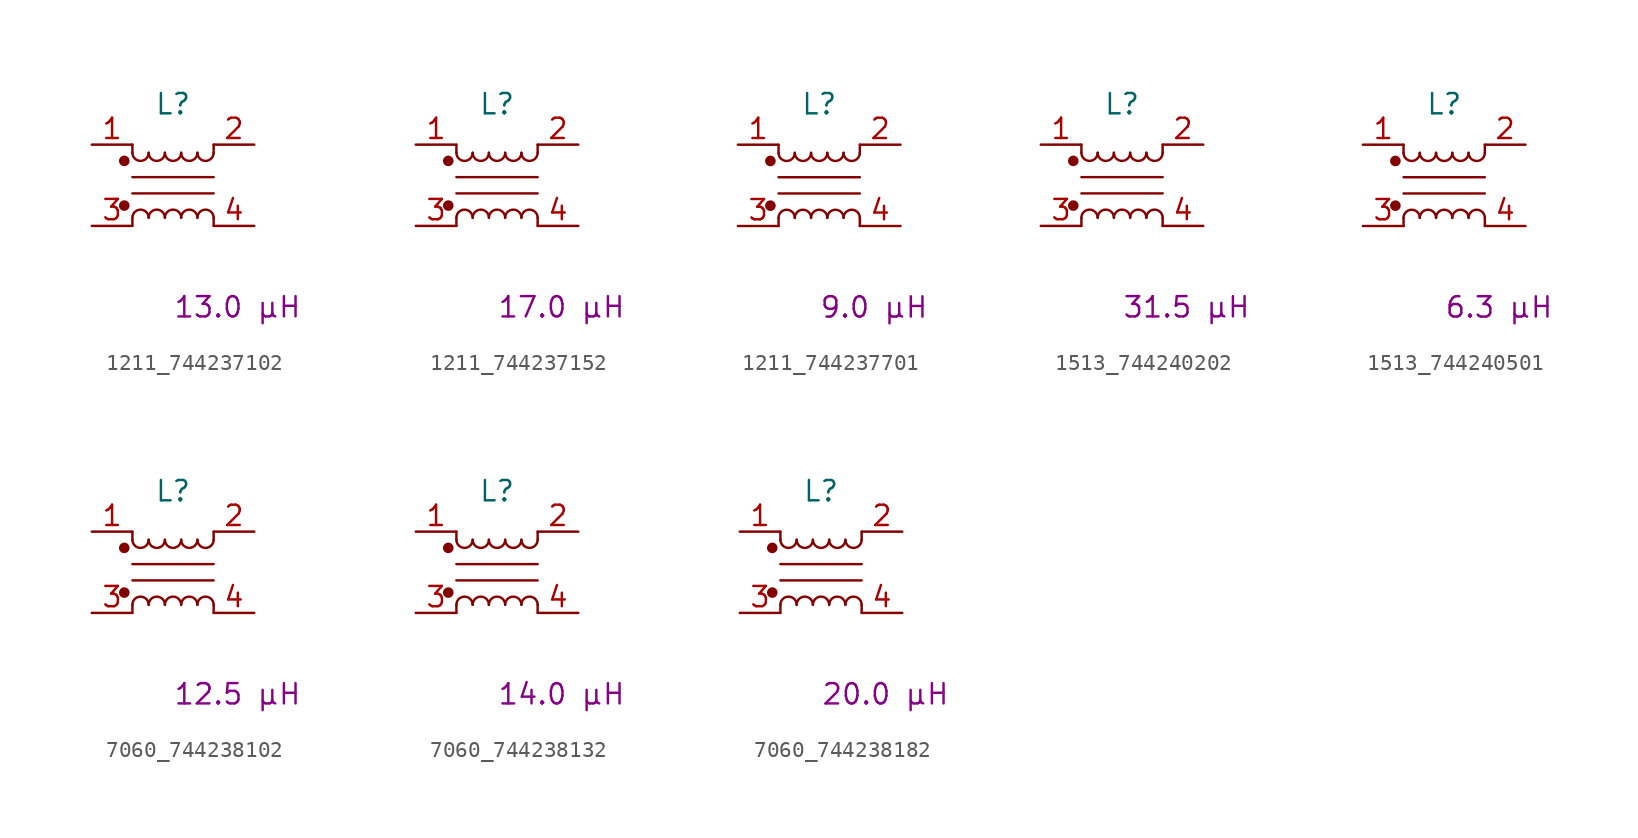
<source format=kicad_sym>
(kicad_symbol_lib
  (version 20220914)
  (generator kicad_symbol_editor)
  (symbol "1211_744237102"
    (pin_names hide)
    (property "Reference" "L"
      (at 0 5.08 0)
      (effects (font (size 1.27 1.27))))
    (property "Critical Parameter" "13.0 µH"
      (at 0 -7.62 0)
      (effects (font (size 1.27 1.27)) (justify left)))
    (symbol "1211_744237102_0_1"
      (circle (center -3.048 -1.27) (radius 0.254) (stroke (width 0) (type default)) (fill (type outline)))
      (circle (center -3.048 1.524) (radius 0.254) (stroke (width 0) (type default)) (fill (type outline)))
      (arc (start -2.54 2.032) (mid -2.032 1.5262) (end -1.524 2.032) (stroke (width 0) (type default)) (fill (type none)))
      (arc (start -1.524 -2.032) (mid -2.032 -1.5262) (end -2.54 -2.032) (stroke (width 0) (type default)) (fill (type none)))
      (arc (start -1.524 2.032) (mid -1.016 1.5262) (end -0.508 2.032) (stroke (width 0) (type default)) (fill (type none)))
      (arc (start -0.508 -2.032) (mid -1.016 -1.5262) (end -1.524 -2.032) (stroke (width 0) (type default)) (fill (type none)))
      (arc (start -0.508 2.032) (mid 0 1.5262) (end 0.508 2.032) (stroke (width 0) (type default)) (fill (type none)))
      (polyline (pts (xy -2.54 -2.032) (xy -2.54 -2.54)) (stroke (width 0) (type default)) (fill (type none)))
      (polyline (pts (xy -2.54 0.508) (xy 2.54 0.508)) (stroke (width 0) (type default)) (fill (type none)))
      (polyline (pts (xy -2.54 2.032) (xy -2.54 2.54)) (stroke (width 0) (type default)) (fill (type none)))
      (polyline (pts (xy 2.54 -2.032) (xy 2.54 -2.54)) (stroke (width 0) (type default)) (fill (type none)))
      (polyline (pts (xy 2.54 -0.508) (xy -2.54 -0.508)) (stroke (width 0) (type default)) (fill (type none)))
      (polyline (pts (xy 2.54 2.54) (xy 2.54 2.032)) (stroke (width 0) (type default)) (fill (type none)))
      (arc (start 0.508 -2.032) (mid 0 -1.5262) (end -0.508 -2.032) (stroke (width 0) (type default)) (fill (type none)))
      (arc (start 0.508 2.032) (mid 1.016 1.5262) (end 1.524 2.032) (stroke (width 0) (type default)) (fill (type none)))
      (arc (start 1.524 -2.032) (mid 1.016 -1.5262) (end 0.508 -2.032) (stroke (width 0) (type default)) (fill (type none)))
      (arc (start 1.524 2.032) (mid 2.032 1.5262) (end 2.54 2.032) (stroke (width 0) (type default)) (fill (type none)))
      (arc (start 2.54 -2.032) (mid 2.032 -1.5262) (end 1.524 -2.032) (stroke (width 0) (type default)) (fill (type none))))
    (symbol "1211_744237102_1_1"
      (pin passive line (at -5.08 2.54 0) (length 2.54) (name "1" (effects (font (size 1.27 1.27)))) (number "1" (effects (font (size 1.27 1.27)))))
      (pin passive line (at 5.08 -2.54 180) (length 2.54) (name "4" (effects (font (size 1.27 1.27)))) (number "4" (effects (font (size 1.27 1.27)))))
      (pin passive line (at -5.08 -2.54 0) (length 2.54) (name "3" (effects (font (size 1.27 1.27)))) (number "3" (effects (font (size 1.27 1.27)))))
      (pin passive line (at 5.08 2.54 180) (length 2.54) (name "2" (effects (font (size 1.27 1.27)))) (number "2" (effects (font (size 1.27 1.27)))))))
  (symbol "1211_744237152"
    (pin_names hide)
    (property "Reference" "L"
      (at 0 5.08 0)
      (effects (font (size 1.27 1.27))))
    (property "Critical Parameter" "17.0 µH"
      (at 0 -7.62 0)
      (effects (font (size 1.27 1.27)) (justify left)))
    (symbol "1211_744237152_0_1"
      (circle (center -3.048 -1.27) (radius 0.254) (stroke (width 0) (type default)) (fill (type outline)))
      (circle (center -3.048 1.524) (radius 0.254) (stroke (width 0) (type default)) (fill (type outline)))
      (arc (start -2.54 2.032) (mid -2.032 1.5262) (end -1.524 2.032) (stroke (width 0) (type default)) (fill (type none)))
      (arc (start -1.524 -2.032) (mid -2.032 -1.5262) (end -2.54 -2.032) (stroke (width 0) (type default)) (fill (type none)))
      (arc (start -1.524 2.032) (mid -1.016 1.5262) (end -0.508 2.032) (stroke (width 0) (type default)) (fill (type none)))
      (arc (start -0.508 -2.032) (mid -1.016 -1.5262) (end -1.524 -2.032) (stroke (width 0) (type default)) (fill (type none)))
      (arc (start -0.508 2.032) (mid 0 1.5262) (end 0.508 2.032) (stroke (width 0) (type default)) (fill (type none)))
      (polyline (pts (xy -2.54 -2.032) (xy -2.54 -2.54)) (stroke (width 0) (type default)) (fill (type none)))
      (polyline (pts (xy -2.54 0.508) (xy 2.54 0.508)) (stroke (width 0) (type default)) (fill (type none)))
      (polyline (pts (xy -2.54 2.032) (xy -2.54 2.54)) (stroke (width 0) (type default)) (fill (type none)))
      (polyline (pts (xy 2.54 -2.032) (xy 2.54 -2.54)) (stroke (width 0) (type default)) (fill (type none)))
      (polyline (pts (xy 2.54 -0.508) (xy -2.54 -0.508)) (stroke (width 0) (type default)) (fill (type none)))
      (polyline (pts (xy 2.54 2.54) (xy 2.54 2.032)) (stroke (width 0) (type default)) (fill (type none)))
      (arc (start 0.508 -2.032) (mid 0 -1.5262) (end -0.508 -2.032) (stroke (width 0) (type default)) (fill (type none)))
      (arc (start 0.508 2.032) (mid 1.016 1.5262) (end 1.524 2.032) (stroke (width 0) (type default)) (fill (type none)))
      (arc (start 1.524 -2.032) (mid 1.016 -1.5262) (end 0.508 -2.032) (stroke (width 0) (type default)) (fill (type none)))
      (arc (start 1.524 2.032) (mid 2.032 1.5262) (end 2.54 2.032) (stroke (width 0) (type default)) (fill (type none)))
      (arc (start 2.54 -2.032) (mid 2.032 -1.5262) (end 1.524 -2.032) (stroke (width 0) (type default)) (fill (type none))))
    (symbol "1211_744237152_1_1"
      (pin passive line (at -5.08 2.54 0) (length 2.54) (name "1" (effects (font (size 1.27 1.27)))) (number "1" (effects (font (size 1.27 1.27)))))
      (pin passive line (at 5.08 -2.54 180) (length 2.54) (name "4" (effects (font (size 1.27 1.27)))) (number "4" (effects (font (size 1.27 1.27)))))
      (pin passive line (at -5.08 -2.54 0) (length 2.54) (name "3" (effects (font (size 1.27 1.27)))) (number "3" (effects (font (size 1.27 1.27)))))
      (pin passive line (at 5.08 2.54 180) (length 2.54) (name "2" (effects (font (size 1.27 1.27)))) (number "2" (effects (font (size 1.27 1.27)))))))
  (symbol "1211_744237701"
    (pin_names hide)
    (property "Reference" "L"
      (at 0 5.08 0)
      (effects (font (size 1.27 1.27))))
    (property "Critical Parameter" "9.0 µH"
      (at 0 -7.62 0)
      (effects (font (size 1.27 1.27)) (justify left)))
    (symbol "1211_744237701_0_1"
      (circle (center -3.048 -1.27) (radius 0.254) (stroke (width 0) (type default)) (fill (type outline)))
      (circle (center -3.048 1.524) (radius 0.254) (stroke (width 0) (type default)) (fill (type outline)))
      (arc (start -2.54 2.032) (mid -2.032 1.5262) (end -1.524 2.032) (stroke (width 0) (type default)) (fill (type none)))
      (arc (start -1.524 -2.032) (mid -2.032 -1.5262) (end -2.54 -2.032) (stroke (width 0) (type default)) (fill (type none)))
      (arc (start -1.524 2.032) (mid -1.016 1.5262) (end -0.508 2.032) (stroke (width 0) (type default)) (fill (type none)))
      (arc (start -0.508 -2.032) (mid -1.016 -1.5262) (end -1.524 -2.032) (stroke (width 0) (type default)) (fill (type none)))
      (arc (start -0.508 2.032) (mid 0 1.5262) (end 0.508 2.032) (stroke (width 0) (type default)) (fill (type none)))
      (polyline (pts (xy -2.54 -2.032) (xy -2.54 -2.54)) (stroke (width 0) (type default)) (fill (type none)))
      (polyline (pts (xy -2.54 0.508) (xy 2.54 0.508)) (stroke (width 0) (type default)) (fill (type none)))
      (polyline (pts (xy -2.54 2.032) (xy -2.54 2.54)) (stroke (width 0) (type default)) (fill (type none)))
      (polyline (pts (xy 2.54 -2.032) (xy 2.54 -2.54)) (stroke (width 0) (type default)) (fill (type none)))
      (polyline (pts (xy 2.54 -0.508) (xy -2.54 -0.508)) (stroke (width 0) (type default)) (fill (type none)))
      (polyline (pts (xy 2.54 2.54) (xy 2.54 2.032)) (stroke (width 0) (type default)) (fill (type none)))
      (arc (start 0.508 -2.032) (mid 0 -1.5262) (end -0.508 -2.032) (stroke (width 0) (type default)) (fill (type none)))
      (arc (start 0.508 2.032) (mid 1.016 1.5262) (end 1.524 2.032) (stroke (width 0) (type default)) (fill (type none)))
      (arc (start 1.524 -2.032) (mid 1.016 -1.5262) (end 0.508 -2.032) (stroke (width 0) (type default)) (fill (type none)))
      (arc (start 1.524 2.032) (mid 2.032 1.5262) (end 2.54 2.032) (stroke (width 0) (type default)) (fill (type none)))
      (arc (start 2.54 -2.032) (mid 2.032 -1.5262) (end 1.524 -2.032) (stroke (width 0) (type default)) (fill (type none))))
    (symbol "1211_744237701_1_1"
      (pin passive line (at -5.08 2.54 0) (length 2.54) (name "1" (effects (font (size 1.27 1.27)))) (number "1" (effects (font (size 1.27 1.27)))))
      (pin passive line (at 5.08 -2.54 180) (length 2.54) (name "4" (effects (font (size 1.27 1.27)))) (number "4" (effects (font (size 1.27 1.27)))))
      (pin passive line (at -5.08 -2.54 0) (length 2.54) (name "3" (effects (font (size 1.27 1.27)))) (number "3" (effects (font (size 1.27 1.27)))))
      (pin passive line (at 5.08 2.54 180) (length 2.54) (name "2" (effects (font (size 1.27 1.27)))) (number "2" (effects (font (size 1.27 1.27)))))))
  (symbol "1513_744240202"
    (pin_names hide)
    (property "Reference" "L"
      (at 0 5.08 0)
      (effects (font (size 1.27 1.27))))
    (property "Critical Parameter" "31.5 µH"
      (at 0 -7.62 0)
      (effects (font (size 1.27 1.27)) (justify left)))
    (symbol "1513_744240202_0_1"
      (circle (center -3.048 -1.27) (radius 0.254) (stroke (width 0) (type default)) (fill (type outline)))
      (circle (center -3.048 1.524) (radius 0.254) (stroke (width 0) (type default)) (fill (type outline)))
      (arc (start -2.54 2.032) (mid -2.032 1.5262) (end -1.524 2.032) (stroke (width 0) (type default)) (fill (type none)))
      (arc (start -1.524 -2.032) (mid -2.032 -1.5262) (end -2.54 -2.032) (stroke (width 0) (type default)) (fill (type none)))
      (arc (start -1.524 2.032) (mid -1.016 1.5262) (end -0.508 2.032) (stroke (width 0) (type default)) (fill (type none)))
      (arc (start -0.508 -2.032) (mid -1.016 -1.5262) (end -1.524 -2.032) (stroke (width 0) (type default)) (fill (type none)))
      (arc (start -0.508 2.032) (mid 0 1.5262) (end 0.508 2.032) (stroke (width 0) (type default)) (fill (type none)))
      (polyline (pts (xy -2.54 -2.032) (xy -2.54 -2.54)) (stroke (width 0) (type default)) (fill (type none)))
      (polyline (pts (xy -2.54 0.508) (xy 2.54 0.508)) (stroke (width 0) (type default)) (fill (type none)))
      (polyline (pts (xy -2.54 2.032) (xy -2.54 2.54)) (stroke (width 0) (type default)) (fill (type none)))
      (polyline (pts (xy 2.54 -2.032) (xy 2.54 -2.54)) (stroke (width 0) (type default)) (fill (type none)))
      (polyline (pts (xy 2.54 -0.508) (xy -2.54 -0.508)) (stroke (width 0) (type default)) (fill (type none)))
      (polyline (pts (xy 2.54 2.54) (xy 2.54 2.032)) (stroke (width 0) (type default)) (fill (type none)))
      (arc (start 0.508 -2.032) (mid 0 -1.5262) (end -0.508 -2.032) (stroke (width 0) (type default)) (fill (type none)))
      (arc (start 0.508 2.032) (mid 1.016 1.5262) (end 1.524 2.032) (stroke (width 0) (type default)) (fill (type none)))
      (arc (start 1.524 -2.032) (mid 1.016 -1.5262) (end 0.508 -2.032) (stroke (width 0) (type default)) (fill (type none)))
      (arc (start 1.524 2.032) (mid 2.032 1.5262) (end 2.54 2.032) (stroke (width 0) (type default)) (fill (type none)))
      (arc (start 2.54 -2.032) (mid 2.032 -1.5262) (end 1.524 -2.032) (stroke (width 0) (type default)) (fill (type none))))
    (symbol "1513_744240202_1_1"
      (pin passive line (at -5.08 2.54 0) (length 2.54) (name "1" (effects (font (size 1.27 1.27)))) (number "1" (effects (font (size 1.27 1.27)))))
      (pin passive line (at 5.08 -2.54 180) (length 2.54) (name "4" (effects (font (size 1.27 1.27)))) (number "4" (effects (font (size 1.27 1.27)))))
      (pin passive line (at -5.08 -2.54 0) (length 2.54) (name "3" (effects (font (size 1.27 1.27)))) (number "3" (effects (font (size 1.27 1.27)))))
      (pin passive line (at 5.08 2.54 180) (length 2.54) (name "2" (effects (font (size 1.27 1.27)))) (number "2" (effects (font (size 1.27 1.27)))))))
  (symbol "1513_744240501"
    (pin_names hide)
    (property "Reference" "L"
      (at 0 5.08 0)
      (effects (font (size 1.27 1.27))))
    (property "Critical Parameter" "6.3 µH"
      (at 0 -7.62 0)
      (effects (font (size 1.27 1.27)) (justify left)))
    (symbol "1513_744240501_0_1"
      (circle (center -3.048 -1.27) (radius 0.254) (stroke (width 0) (type default)) (fill (type outline)))
      (circle (center -3.048 1.524) (radius 0.254) (stroke (width 0) (type default)) (fill (type outline)))
      (arc (start -2.54 2.032) (mid -2.032 1.5262) (end -1.524 2.032) (stroke (width 0) (type default)) (fill (type none)))
      (arc (start -1.524 -2.032) (mid -2.032 -1.5262) (end -2.54 -2.032) (stroke (width 0) (type default)) (fill (type none)))
      (arc (start -1.524 2.032) (mid -1.016 1.5262) (end -0.508 2.032) (stroke (width 0) (type default)) (fill (type none)))
      (arc (start -0.508 -2.032) (mid -1.016 -1.5262) (end -1.524 -2.032) (stroke (width 0) (type default)) (fill (type none)))
      (arc (start -0.508 2.032) (mid 0 1.5262) (end 0.508 2.032) (stroke (width 0) (type default)) (fill (type none)))
      (polyline (pts (xy -2.54 -2.032) (xy -2.54 -2.54)) (stroke (width 0) (type default)) (fill (type none)))
      (polyline (pts (xy -2.54 0.508) (xy 2.54 0.508)) (stroke (width 0) (type default)) (fill (type none)))
      (polyline (pts (xy -2.54 2.032) (xy -2.54 2.54)) (stroke (width 0) (type default)) (fill (type none)))
      (polyline (pts (xy 2.54 -2.032) (xy 2.54 -2.54)) (stroke (width 0) (type default)) (fill (type none)))
      (polyline (pts (xy 2.54 -0.508) (xy -2.54 -0.508)) (stroke (width 0) (type default)) (fill (type none)))
      (polyline (pts (xy 2.54 2.54) (xy 2.54 2.032)) (stroke (width 0) (type default)) (fill (type none)))
      (arc (start 0.508 -2.032) (mid 0 -1.5262) (end -0.508 -2.032) (stroke (width 0) (type default)) (fill (type none)))
      (arc (start 0.508 2.032) (mid 1.016 1.5262) (end 1.524 2.032) (stroke (width 0) (type default)) (fill (type none)))
      (arc (start 1.524 -2.032) (mid 1.016 -1.5262) (end 0.508 -2.032) (stroke (width 0) (type default)) (fill (type none)))
      (arc (start 1.524 2.032) (mid 2.032 1.5262) (end 2.54 2.032) (stroke (width 0) (type default)) (fill (type none)))
      (arc (start 2.54 -2.032) (mid 2.032 -1.5262) (end 1.524 -2.032) (stroke (width 0) (type default)) (fill (type none))))
    (symbol "1513_744240501_1_1"
      (pin passive line (at -5.08 2.54 0) (length 2.54) (name "1" (effects (font (size 1.27 1.27)))) (number "1" (effects (font (size 1.27 1.27)))))
      (pin passive line (at 5.08 -2.54 180) (length 2.54) (name "4" (effects (font (size 1.27 1.27)))) (number "4" (effects (font (size 1.27 1.27)))))
      (pin passive line (at -5.08 -2.54 0) (length 2.54) (name "3" (effects (font (size 1.27 1.27)))) (number "3" (effects (font (size 1.27 1.27)))))
      (pin passive line (at 5.08 2.54 180) (length 2.54) (name "2" (effects (font (size 1.27 1.27)))) (number "2" (effects (font (size 1.27 1.27)))))))
  (symbol "7060_744238102"
    (pin_names hide)
    (property "Reference" "L"
      (at 0 5.08 0)
      (effects (font (size 1.27 1.27))))
    (property "Critical Parameter" "12.5 µH"
      (at 0 -7.62 0)
      (effects (font (size 1.27 1.27)) (justify left)))
    (symbol "7060_744238102_0_1"
      (circle (center -3.048 -1.27) (radius 0.254) (stroke (width 0) (type default)) (fill (type outline)))
      (circle (center -3.048 1.524) (radius 0.254) (stroke (width 0) (type default)) (fill (type outline)))
      (arc (start -2.54 2.032) (mid -2.032 1.5262) (end -1.524 2.032) (stroke (width 0) (type default)) (fill (type none)))
      (arc (start -1.524 -2.032) (mid -2.032 -1.5262) (end -2.54 -2.032) (stroke (width 0) (type default)) (fill (type none)))
      (arc (start -1.524 2.032) (mid -1.016 1.5262) (end -0.508 2.032) (stroke (width 0) (type default)) (fill (type none)))
      (arc (start -0.508 -2.032) (mid -1.016 -1.5262) (end -1.524 -2.032) (stroke (width 0) (type default)) (fill (type none)))
      (arc (start -0.508 2.032) (mid 0 1.5262) (end 0.508 2.032) (stroke (width 0) (type default)) (fill (type none)))
      (polyline (pts (xy -2.54 -2.032) (xy -2.54 -2.54)) (stroke (width 0) (type default)) (fill (type none)))
      (polyline (pts (xy -2.54 0.508) (xy 2.54 0.508)) (stroke (width 0) (type default)) (fill (type none)))
      (polyline (pts (xy -2.54 2.032) (xy -2.54 2.54)) (stroke (width 0) (type default)) (fill (type none)))
      (polyline (pts (xy 2.54 -2.032) (xy 2.54 -2.54)) (stroke (width 0) (type default)) (fill (type none)))
      (polyline (pts (xy 2.54 -0.508) (xy -2.54 -0.508)) (stroke (width 0) (type default)) (fill (type none)))
      (polyline (pts (xy 2.54 2.54) (xy 2.54 2.032)) (stroke (width 0) (type default)) (fill (type none)))
      (arc (start 0.508 -2.032) (mid 0 -1.5262) (end -0.508 -2.032) (stroke (width 0) (type default)) (fill (type none)))
      (arc (start 0.508 2.032) (mid 1.016 1.5262) (end 1.524 2.032) (stroke (width 0) (type default)) (fill (type none)))
      (arc (start 1.524 -2.032) (mid 1.016 -1.5262) (end 0.508 -2.032) (stroke (width 0) (type default)) (fill (type none)))
      (arc (start 1.524 2.032) (mid 2.032 1.5262) (end 2.54 2.032) (stroke (width 0) (type default)) (fill (type none)))
      (arc (start 2.54 -2.032) (mid 2.032 -1.5262) (end 1.524 -2.032) (stroke (width 0) (type default)) (fill (type none))))
    (symbol "7060_744238102_1_1"
      (pin passive line (at -5.08 2.54 0) (length 2.54) (name "1" (effects (font (size 1.27 1.27)))) (number "1" (effects (font (size 1.27 1.27)))))
      (pin passive line (at 5.08 -2.54 180) (length 2.54) (name "4" (effects (font (size 1.27 1.27)))) (number "4" (effects (font (size 1.27 1.27)))))
      (pin passive line (at -5.08 -2.54 0) (length 2.54) (name "3" (effects (font (size 1.27 1.27)))) (number "3" (effects (font (size 1.27 1.27)))))
      (pin passive line (at 5.08 2.54 180) (length 2.54) (name "2" (effects (font (size 1.27 1.27)))) (number "2" (effects (font (size 1.27 1.27)))))))
  (symbol "7060_744238132"
    (pin_names hide)
    (property "Reference" "L"
      (at 0 5.08 0)
      (effects (font (size 1.27 1.27))))
    (property "Critical Parameter" "14.0 µH"
      (at 0 -7.62 0)
      (effects (font (size 1.27 1.27)) (justify left)))
    (symbol "7060_744238132_0_1"
      (circle (center -3.048 -1.27) (radius 0.254) (stroke (width 0) (type default)) (fill (type outline)))
      (circle (center -3.048 1.524) (radius 0.254) (stroke (width 0) (type default)) (fill (type outline)))
      (arc (start -2.54 2.032) (mid -2.032 1.5262) (end -1.524 2.032) (stroke (width 0) (type default)) (fill (type none)))
      (arc (start -1.524 -2.032) (mid -2.032 -1.5262) (end -2.54 -2.032) (stroke (width 0) (type default)) (fill (type none)))
      (arc (start -1.524 2.032) (mid -1.016 1.5262) (end -0.508 2.032) (stroke (width 0) (type default)) (fill (type none)))
      (arc (start -0.508 -2.032) (mid -1.016 -1.5262) (end -1.524 -2.032) (stroke (width 0) (type default)) (fill (type none)))
      (arc (start -0.508 2.032) (mid 0 1.5262) (end 0.508 2.032) (stroke (width 0) (type default)) (fill (type none)))
      (polyline (pts (xy -2.54 -2.032) (xy -2.54 -2.54)) (stroke (width 0) (type default)) (fill (type none)))
      (polyline (pts (xy -2.54 0.508) (xy 2.54 0.508)) (stroke (width 0) (type default)) (fill (type none)))
      (polyline (pts (xy -2.54 2.032) (xy -2.54 2.54)) (stroke (width 0) (type default)) (fill (type none)))
      (polyline (pts (xy 2.54 -2.032) (xy 2.54 -2.54)) (stroke (width 0) (type default)) (fill (type none)))
      (polyline (pts (xy 2.54 -0.508) (xy -2.54 -0.508)) (stroke (width 0) (type default)) (fill (type none)))
      (polyline (pts (xy 2.54 2.54) (xy 2.54 2.032)) (stroke (width 0) (type default)) (fill (type none)))
      (arc (start 0.508 -2.032) (mid 0 -1.5262) (end -0.508 -2.032) (stroke (width 0) (type default)) (fill (type none)))
      (arc (start 0.508 2.032) (mid 1.016 1.5262) (end 1.524 2.032) (stroke (width 0) (type default)) (fill (type none)))
      (arc (start 1.524 -2.032) (mid 1.016 -1.5262) (end 0.508 -2.032) (stroke (width 0) (type default)) (fill (type none)))
      (arc (start 1.524 2.032) (mid 2.032 1.5262) (end 2.54 2.032) (stroke (width 0) (type default)) (fill (type none)))
      (arc (start 2.54 -2.032) (mid 2.032 -1.5262) (end 1.524 -2.032) (stroke (width 0) (type default)) (fill (type none))))
    (symbol "7060_744238132_1_1"
      (pin passive line (at -5.08 2.54 0) (length 2.54) (name "1" (effects (font (size 1.27 1.27)))) (number "1" (effects (font (size 1.27 1.27)))))
      (pin passive line (at 5.08 -2.54 180) (length 2.54) (name "4" (effects (font (size 1.27 1.27)))) (number "4" (effects (font (size 1.27 1.27)))))
      (pin passive line (at -5.08 -2.54 0) (length 2.54) (name "3" (effects (font (size 1.27 1.27)))) (number "3" (effects (font (size 1.27 1.27)))))
      (pin passive line (at 5.08 2.54 180) (length 2.54) (name "2" (effects (font (size 1.27 1.27)))) (number "2" (effects (font (size 1.27 1.27)))))))
  (symbol "7060_744238182"
    (pin_names hide)
    (property "Reference" "L"
      (at 0 5.08 0)
      (effects (font (size 1.27 1.27))))
    (property "Critical Parameter" "20.0 µH"
      (at 0 -7.62 0)
      (effects (font (size 1.27 1.27)) (justify left)))
    (symbol "7060_744238182_0_1"
      (circle (center -3.048 -1.27) (radius 0.254) (stroke (width 0) (type default)) (fill (type outline)))
      (circle (center -3.048 1.524) (radius 0.254) (stroke (width 0) (type default)) (fill (type outline)))
      (arc (start -2.54 2.032) (mid -2.032 1.5262) (end -1.524 2.032) (stroke (width 0) (type default)) (fill (type none)))
      (arc (start -1.524 -2.032) (mid -2.032 -1.5262) (end -2.54 -2.032) (stroke (width 0) (type default)) (fill (type none)))
      (arc (start -1.524 2.032) (mid -1.016 1.5262) (end -0.508 2.032) (stroke (width 0) (type default)) (fill (type none)))
      (arc (start -0.508 -2.032) (mid -1.016 -1.5262) (end -1.524 -2.032) (stroke (width 0) (type default)) (fill (type none)))
      (arc (start -0.508 2.032) (mid 0 1.5262) (end 0.508 2.032) (stroke (width 0) (type default)) (fill (type none)))
      (polyline (pts (xy -2.54 -2.032) (xy -2.54 -2.54)) (stroke (width 0) (type default)) (fill (type none)))
      (polyline (pts (xy -2.54 0.508) (xy 2.54 0.508)) (stroke (width 0) (type default)) (fill (type none)))
      (polyline (pts (xy -2.54 2.032) (xy -2.54 2.54)) (stroke (width 0) (type default)) (fill (type none)))
      (polyline (pts (xy 2.54 -2.032) (xy 2.54 -2.54)) (stroke (width 0) (type default)) (fill (type none)))
      (polyline (pts (xy 2.54 -0.508) (xy -2.54 -0.508)) (stroke (width 0) (type default)) (fill (type none)))
      (polyline (pts (xy 2.54 2.54) (xy 2.54 2.032)) (stroke (width 0) (type default)) (fill (type none)))
      (arc (start 0.508 -2.032) (mid 0 -1.5262) (end -0.508 -2.032) (stroke (width 0) (type default)) (fill (type none)))
      (arc (start 0.508 2.032) (mid 1.016 1.5262) (end 1.524 2.032) (stroke (width 0) (type default)) (fill (type none)))
      (arc (start 1.524 -2.032) (mid 1.016 -1.5262) (end 0.508 -2.032) (stroke (width 0) (type default)) (fill (type none)))
      (arc (start 1.524 2.032) (mid 2.032 1.5262) (end 2.54 2.032) (stroke (width 0) (type default)) (fill (type none)))
      (arc (start 2.54 -2.032) (mid 2.032 -1.5262) (end 1.524 -2.032) (stroke (width 0) (type default)) (fill (type none))))
    (symbol "7060_744238182_1_1"
      (pin passive line (at -5.08 2.54 0) (length 2.54) (name "1" (effects (font (size 1.27 1.27)))) (number "1" (effects (font (size 1.27 1.27)))))
      (pin passive line (at 5.08 -2.54 180) (length 2.54) (name "4" (effects (font (size 1.27 1.27)))) (number "4" (effects (font (size 1.27 1.27)))))
      (pin passive line (at -5.08 -2.54 0) (length 2.54) (name "3" (effects (font (size 1.27 1.27)))) (number "3" (effects (font (size 1.27 1.27)))))
      (pin passive line (at 5.08 2.54 180) (length 2.54) (name "2" (effects (font (size 1.27 1.27)))) (number "2" (effects (font (size 1.27 1.27))))))))
</source>
